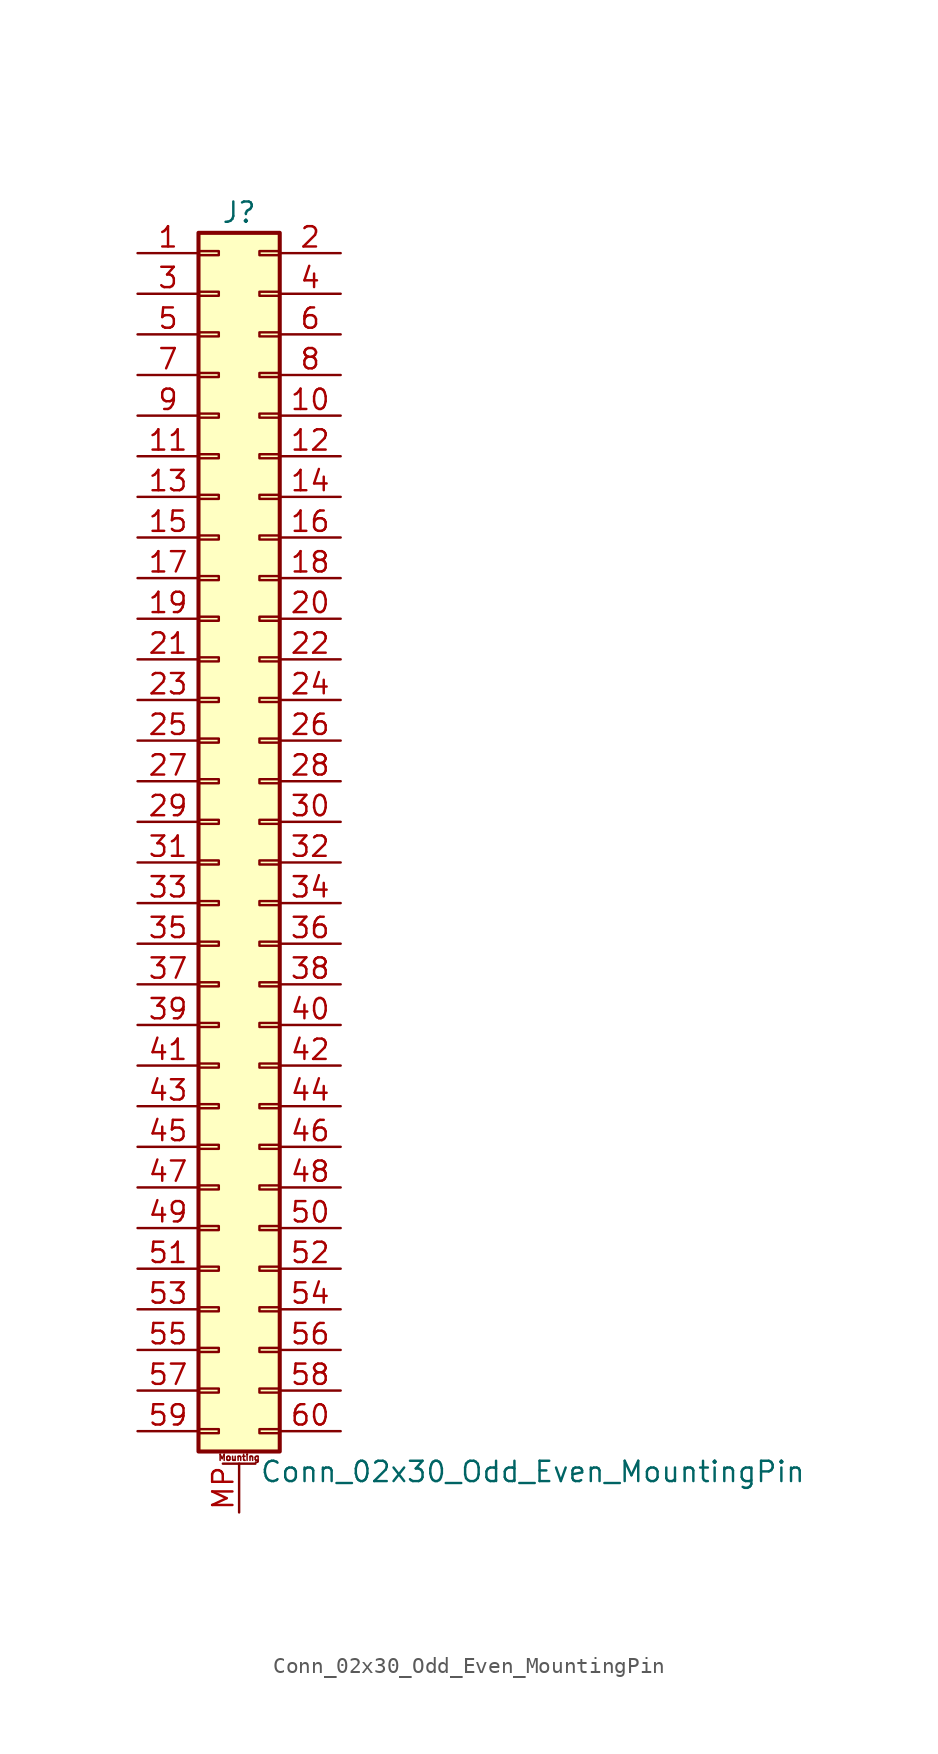
<source format=kicad_sym>
(kicad_symbol_lib
  (version 20201005)
  (generator kicad_symbol_editor)
  (symbol "Conn_02x30_Odd_Even_MountingPin"
    (pin_names
      (offset 1.016) hide)
    (property "Reference" "J"
      (at 1.27 38.1 0)
      (effects (font (size 1.27 1.27))))
    (property "Value" "Conn_02x30_Odd_Even_MountingPin"
      (at 2.54 -40.64 0)
      (effects (font (size 1.27 1.27)) (justify left)))
    (symbol "Conn_02x30_Odd_Even_MountingPin_1_1"
      (text "Mounting" (at 1.27 -39.751 0) (effects (font (size 0.381 0.381))))
      (rectangle (start -1.27 -37.973) (end 0 -38.227) (stroke (width 0.152)) (fill (type none)))
      (rectangle (start -1.27 -35.433) (end 0 -35.687) (stroke (width 0.152)) (fill (type none)))
      (rectangle (start -1.27 -32.893) (end 0 -33.147) (stroke (width 0.152)) (fill (type none)))
      (rectangle (start -1.27 -30.353) (end 0 -30.607) (stroke (width 0.152)) (fill (type none)))
      (rectangle (start -1.27 -27.813) (end 0 -28.067) (stroke (width 0.152)) (fill (type none)))
      (rectangle (start -1.27 -25.273) (end 0 -25.527) (stroke (width 0.152)) (fill (type none)))
      (rectangle (start -1.27 -22.733) (end 0 -22.987) (stroke (width 0.152)) (fill (type none)))
      (rectangle (start -1.27 -20.193) (end 0 -20.447) (stroke (width 0.152)) (fill (type none)))
      (rectangle (start -1.27 -17.653) (end 0 -17.907) (stroke (width 0.152)) (fill (type none)))
      (rectangle (start -1.27 -15.113) (end 0 -15.367) (stroke (width 0.152)) (fill (type none)))
      (rectangle (start -1.27 -12.573) (end 0 -12.827) (stroke (width 0.152)) (fill (type none)))
      (rectangle (start -1.27 -10.033) (end 0 -10.287) (stroke (width 0.152)) (fill (type none)))
      (rectangle (start -1.27 -7.493) (end 0 -7.747) (stroke (width 0.152)) (fill (type none)))
      (rectangle (start -1.27 -4.953) (end 0 -5.207) (stroke (width 0.152)) (fill (type none)))
      (rectangle (start -1.27 -2.413) (end 0 -2.667) (stroke (width 0.152)) (fill (type none)))
      (rectangle (start -1.27 0.127) (end 0 -0.127) (stroke (width 0.152)) (fill (type none)))
      (rectangle (start -1.27 2.667) (end 0 2.413) (stroke (width 0.152)) (fill (type none)))
      (rectangle (start -1.27 5.207) (end 0 4.953) (stroke (width 0.152)) (fill (type none)))
      (rectangle (start -1.27 7.747) (end 0 7.493) (stroke (width 0.152)) (fill (type none)))
      (rectangle (start -1.27 10.287) (end 0 10.033) (stroke (width 0.152)) (fill (type none)))
      (rectangle (start -1.27 12.827) (end 0 12.573) (stroke (width 0.152)) (fill (type none)))
      (rectangle (start -1.27 15.367) (end 0 15.113) (stroke (width 0.152)) (fill (type none)))
      (rectangle (start -1.27 17.907) (end 0 17.653) (stroke (width 0.152)) (fill (type none)))
      (rectangle (start -1.27 20.447) (end 0 20.193) (stroke (width 0.152)) (fill (type none)))
      (rectangle (start -1.27 22.987) (end 0 22.733) (stroke (width 0.152)) (fill (type none)))
      (rectangle (start -1.27 25.527) (end 0 25.273) (stroke (width 0.152)) (fill (type none)))
      (rectangle (start -1.27 28.067) (end 0 27.813) (stroke (width 0.152)) (fill (type none)))
      (rectangle (start -1.27 30.607) (end 0 30.353) (stroke (width 0.152)) (fill (type none)))
      (rectangle (start -1.27 33.147) (end 0 32.893) (stroke (width 0.152)) (fill (type none)))
      (rectangle (start -1.27 35.687) (end 0 35.433) (stroke (width 0.152)) (fill (type none)))
      (rectangle (start 3.81 -37.973) (end 2.54 -38.227) (stroke (width 0.152)) (fill (type none)))
      (rectangle (start 3.81 -35.433) (end 2.54 -35.687) (stroke (width 0.152)) (fill (type none)))
      (rectangle (start 3.81 -32.893) (end 2.54 -33.147) (stroke (width 0.152)) (fill (type none)))
      (rectangle (start 3.81 -30.353) (end 2.54 -30.607) (stroke (width 0.152)) (fill (type none)))
      (rectangle (start 3.81 -27.813) (end 2.54 -28.067) (stroke (width 0.152)) (fill (type none)))
      (rectangle (start 3.81 -25.273) (end 2.54 -25.527) (stroke (width 0.152)) (fill (type none)))
      (rectangle (start 3.81 -22.733) (end 2.54 -22.987) (stroke (width 0.152)) (fill (type none)))
      (rectangle (start 3.81 -20.193) (end 2.54 -20.447) (stroke (width 0.152)) (fill (type none)))
      (rectangle (start 3.81 -17.653) (end 2.54 -17.907) (stroke (width 0.152)) (fill (type none)))
      (rectangle (start 3.81 -15.113) (end 2.54 -15.367) (stroke (width 0.152)) (fill (type none)))
      (rectangle (start 3.81 -12.573) (end 2.54 -12.827) (stroke (width 0.152)) (fill (type none)))
      (rectangle (start 3.81 -10.033) (end 2.54 -10.287) (stroke (width 0.152)) (fill (type none)))
      (rectangle (start 3.81 -7.493) (end 2.54 -7.747) (stroke (width 0.152)) (fill (type none)))
      (rectangle (start 3.81 -4.953) (end 2.54 -5.207) (stroke (width 0.152)) (fill (type none)))
      (rectangle (start 3.81 -2.413) (end 2.54 -2.667) (stroke (width 0.152)) (fill (type none)))
      (rectangle (start 3.81 0.127) (end 2.54 -0.127) (stroke (width 0.152)) (fill (type none)))
      (rectangle (start 3.81 2.667) (end 2.54 2.413) (stroke (width 0.152)) (fill (type none)))
      (rectangle (start 3.81 5.207) (end 2.54 4.953) (stroke (width 0.152)) (fill (type none)))
      (rectangle (start 3.81 7.747) (end 2.54 7.493) (stroke (width 0.152)) (fill (type none)))
      (rectangle (start 3.81 10.287) (end 2.54 10.033) (stroke (width 0.152)) (fill (type none)))
      (rectangle (start 3.81 12.827) (end 2.54 12.573) (stroke (width 0.152)) (fill (type none)))
      (rectangle (start 3.81 15.367) (end 2.54 15.113) (stroke (width 0.152)) (fill (type none)))
      (rectangle (start 3.81 17.907) (end 2.54 17.653) (stroke (width 0.152)) (fill (type none)))
      (rectangle (start 3.81 20.447) (end 2.54 20.193) (stroke (width 0.152)) (fill (type none)))
      (rectangle (start 3.81 22.987) (end 2.54 22.733) (stroke (width 0.152)) (fill (type none)))
      (rectangle (start 3.81 25.527) (end 2.54 25.273) (stroke (width 0.152)) (fill (type none)))
      (rectangle (start 3.81 28.067) (end 2.54 27.813) (stroke (width 0.152)) (fill (type none)))
      (rectangle (start 3.81 30.607) (end 2.54 30.353) (stroke (width 0.152)) (fill (type none)))
      (rectangle (start 3.81 33.147) (end 2.54 32.893) (stroke (width 0.152)) (fill (type none)))
      (rectangle (start 3.81 35.687) (end 2.54 35.433) (stroke (width 0.152)) (fill (type none)))
      (rectangle (start -1.27 36.83) (end 3.81 -39.37) (stroke (width 0.254)) (fill (type background)))
      (polyline (pts (xy 0.254 -40.132) (xy 2.286 -40.132)) (stroke (width 0.152)) (fill (type none)))
      (pin passive line (at -5.08 35.56 0) (length 3.81) (name "Pin_1" (effects (font (size 1.27 1.27)))) (number "1" (effects (font (size 1.27 1.27)))))
      (pin passive line (at 7.62 25.4 180) (length 3.81) (name "Pin_10" (effects (font (size 1.27 1.27)))) (number "10" (effects (font (size 1.27 1.27)))))
      (pin passive line (at -5.08 22.86 0) (length 3.81) (name "Pin_11" (effects (font (size 1.27 1.27)))) (number "11" (effects (font (size 1.27 1.27)))))
      (pin passive line (at 7.62 22.86 180) (length 3.81) (name "Pin_12" (effects (font (size 1.27 1.27)))) (number "12" (effects (font (size 1.27 1.27)))))
      (pin passive line (at -5.08 20.32 0) (length 3.81) (name "Pin_13" (effects (font (size 1.27 1.27)))) (number "13" (effects (font (size 1.27 1.27)))))
      (pin passive line (at 7.62 20.32 180) (length 3.81) (name "Pin_14" (effects (font (size 1.27 1.27)))) (number "14" (effects (font (size 1.27 1.27)))))
      (pin passive line (at -5.08 17.78 0) (length 3.81) (name "Pin_15" (effects (font (size 1.27 1.27)))) (number "15" (effects (font (size 1.27 1.27)))))
      (pin passive line (at 7.62 17.78 180) (length 3.81) (name "Pin_16" (effects (font (size 1.27 1.27)))) (number "16" (effects (font (size 1.27 1.27)))))
      (pin passive line (at -5.08 15.24 0) (length 3.81) (name "Pin_17" (effects (font (size 1.27 1.27)))) (number "17" (effects (font (size 1.27 1.27)))))
      (pin passive line (at 7.62 15.24 180) (length 3.81) (name "Pin_18" (effects (font (size 1.27 1.27)))) (number "18" (effects (font (size 1.27 1.27)))))
      (pin passive line (at -5.08 12.7 0) (length 3.81) (name "Pin_19" (effects (font (size 1.27 1.27)))) (number "19" (effects (font (size 1.27 1.27)))))
      (pin passive line (at 7.62 35.56 180) (length 3.81) (name "Pin_2" (effects (font (size 1.27 1.27)))) (number "2" (effects (font (size 1.27 1.27)))))
      (pin passive line (at 7.62 12.7 180) (length 3.81) (name "Pin_20" (effects (font (size 1.27 1.27)))) (number "20" (effects (font (size 1.27 1.27)))))
      (pin passive line (at -5.08 10.16 0) (length 3.81) (name "Pin_21" (effects (font (size 1.27 1.27)))) (number "21" (effects (font (size 1.27 1.27)))))
      (pin passive line (at 7.62 10.16 180) (length 3.81) (name "Pin_22" (effects (font (size 1.27 1.27)))) (number "22" (effects (font (size 1.27 1.27)))))
      (pin passive line (at -5.08 7.62 0) (length 3.81) (name "Pin_23" (effects (font (size 1.27 1.27)))) (number "23" (effects (font (size 1.27 1.27)))))
      (pin passive line (at 7.62 7.62 180) (length 3.81) (name "Pin_24" (effects (font (size 1.27 1.27)))) (number "24" (effects (font (size 1.27 1.27)))))
      (pin passive line (at -5.08 5.08 0) (length 3.81) (name "Pin_25" (effects (font (size 1.27 1.27)))) (number "25" (effects (font (size 1.27 1.27)))))
      (pin passive line (at 7.62 5.08 180) (length 3.81) (name "Pin_26" (effects (font (size 1.27 1.27)))) (number "26" (effects (font (size 1.27 1.27)))))
      (pin passive line (at -5.08 2.54 0) (length 3.81) (name "Pin_27" (effects (font (size 1.27 1.27)))) (number "27" (effects (font (size 1.27 1.27)))))
      (pin passive line (at 7.62 2.54 180) (length 3.81) (name "Pin_28" (effects (font (size 1.27 1.27)))) (number "28" (effects (font (size 1.27 1.27)))))
      (pin passive line (at -5.08 0 0) (length 3.81) (name "Pin_29" (effects (font (size 1.27 1.27)))) (number "29" (effects (font (size 1.27 1.27)))))
      (pin passive line (at -5.08 33.02 0) (length 3.81) (name "Pin_3" (effects (font (size 1.27 1.27)))) (number "3" (effects (font (size 1.27 1.27)))))
      (pin passive line (at 7.62 0 180) (length 3.81) (name "Pin_30" (effects (font (size 1.27 1.27)))) (number "30" (effects (font (size 1.27 1.27)))))
      (pin passive line (at -5.08 -2.54 0) (length 3.81) (name "Pin_31" (effects (font (size 1.27 1.27)))) (number "31" (effects (font (size 1.27 1.27)))))
      (pin passive line (at 7.62 -2.54 180) (length 3.81) (name "Pin_32" (effects (font (size 1.27 1.27)))) (number "32" (effects (font (size 1.27 1.27)))))
      (pin passive line (at -5.08 -5.08 0) (length 3.81) (name "Pin_33" (effects (font (size 1.27 1.27)))) (number "33" (effects (font (size 1.27 1.27)))))
      (pin passive line (at 7.62 -5.08 180) (length 3.81) (name "Pin_34" (effects (font (size 1.27 1.27)))) (number "34" (effects (font (size 1.27 1.27)))))
      (pin passive line (at -5.08 -7.62 0) (length 3.81) (name "Pin_35" (effects (font (size 1.27 1.27)))) (number "35" (effects (font (size 1.27 1.27)))))
      (pin passive line (at 7.62 -7.62 180) (length 3.81) (name "Pin_36" (effects (font (size 1.27 1.27)))) (number "36" (effects (font (size 1.27 1.27)))))
      (pin passive line (at -5.08 -10.16 0) (length 3.81) (name "Pin_37" (effects (font (size 1.27 1.27)))) (number "37" (effects (font (size 1.27 1.27)))))
      (pin passive line (at 7.62 -10.16 180) (length 3.81) (name "Pin_38" (effects (font (size 1.27 1.27)))) (number "38" (effects (font (size 1.27 1.27)))))
      (pin passive line (at -5.08 -12.7 0) (length 3.81) (name "Pin_39" (effects (font (size 1.27 1.27)))) (number "39" (effects (font (size 1.27 1.27)))))
      (pin passive line (at 7.62 33.02 180) (length 3.81) (name "Pin_4" (effects (font (size 1.27 1.27)))) (number "4" (effects (font (size 1.27 1.27)))))
      (pin passive line (at 7.62 -12.7 180) (length 3.81) (name "Pin_40" (effects (font (size 1.27 1.27)))) (number "40" (effects (font (size 1.27 1.27)))))
      (pin passive line (at -5.08 -15.24 0) (length 3.81) (name "Pin_41" (effects (font (size 1.27 1.27)))) (number "41" (effects (font (size 1.27 1.27)))))
      (pin passive line (at 7.62 -15.24 180) (length 3.81) (name "Pin_42" (effects (font (size 1.27 1.27)))) (number "42" (effects (font (size 1.27 1.27)))))
      (pin passive line (at -5.08 -17.78 0) (length 3.81) (name "Pin_43" (effects (font (size 1.27 1.27)))) (number "43" (effects (font (size 1.27 1.27)))))
      (pin passive line (at 7.62 -17.78 180) (length 3.81) (name "Pin_44" (effects (font (size 1.27 1.27)))) (number "44" (effects (font (size 1.27 1.27)))))
      (pin passive line (at -5.08 -20.32 0) (length 3.81) (name "Pin_45" (effects (font (size 1.27 1.27)))) (number "45" (effects (font (size 1.27 1.27)))))
      (pin passive line (at 7.62 -20.32 180) (length 3.81) (name "Pin_46" (effects (font (size 1.27 1.27)))) (number "46" (effects (font (size 1.27 1.27)))))
      (pin passive line (at -5.08 -22.86 0) (length 3.81) (name "Pin_47" (effects (font (size 1.27 1.27)))) (number "47" (effects (font (size 1.27 1.27)))))
      (pin passive line (at 7.62 -22.86 180) (length 3.81) (name "Pin_48" (effects (font (size 1.27 1.27)))) (number "48" (effects (font (size 1.27 1.27)))))
      (pin passive line (at -5.08 -25.4 0) (length 3.81) (name "Pin_49" (effects (font (size 1.27 1.27)))) (number "49" (effects (font (size 1.27 1.27)))))
      (pin passive line (at -5.08 30.48 0) (length 3.81) (name "Pin_5" (effects (font (size 1.27 1.27)))) (number "5" (effects (font (size 1.27 1.27)))))
      (pin passive line (at 7.62 -25.4 180) (length 3.81) (name "Pin_50" (effects (font (size 1.27 1.27)))) (number "50" (effects (font (size 1.27 1.27)))))
      (pin passive line (at -5.08 -27.94 0) (length 3.81) (name "Pin_51" (effects (font (size 1.27 1.27)))) (number "51" (effects (font (size 1.27 1.27)))))
      (pin passive line (at 7.62 -27.94 180) (length 3.81) (name "Pin_52" (effects (font (size 1.27 1.27)))) (number "52" (effects (font (size 1.27 1.27)))))
      (pin passive line (at -5.08 -30.48 0) (length 3.81) (name "Pin_53" (effects (font (size 1.27 1.27)))) (number "53" (effects (font (size 1.27 1.27)))))
      (pin passive line (at 7.62 -30.48 180) (length 3.81) (name "Pin_54" (effects (font (size 1.27 1.27)))) (number "54" (effects (font (size 1.27 1.27)))))
      (pin passive line (at -5.08 -33.02 0) (length 3.81) (name "Pin_55" (effects (font (size 1.27 1.27)))) (number "55" (effects (font (size 1.27 1.27)))))
      (pin passive line (at 7.62 -33.02 180) (length 3.81) (name "Pin_56" (effects (font (size 1.27 1.27)))) (number "56" (effects (font (size 1.27 1.27)))))
      (pin passive line (at -5.08 -35.56 0) (length 3.81) (name "Pin_57" (effects (font (size 1.27 1.27)))) (number "57" (effects (font (size 1.27 1.27)))))
      (pin passive line (at 7.62 -35.56 180) (length 3.81) (name "Pin_58" (effects (font (size 1.27 1.27)))) (number "58" (effects (font (size 1.27 1.27)))))
      (pin passive line (at -5.08 -38.1 0) (length 3.81) (name "Pin_59" (effects (font (size 1.27 1.27)))) (number "59" (effects (font (size 1.27 1.27)))))
      (pin passive line (at 7.62 30.48 180) (length 3.81) (name "Pin_6" (effects (font (size 1.27 1.27)))) (number "6" (effects (font (size 1.27 1.27)))))
      (pin passive line (at 7.62 -38.1 180) (length 3.81) (name "Pin_60" (effects (font (size 1.27 1.27)))) (number "60" (effects (font (size 1.27 1.27)))))
      (pin passive line (at -5.08 27.94 0) (length 3.81) (name "Pin_7" (effects (font (size 1.27 1.27)))) (number "7" (effects (font (size 1.27 1.27)))))
      (pin passive line (at 7.62 27.94 180) (length 3.81) (name "Pin_8" (effects (font (size 1.27 1.27)))) (number "8" (effects (font (size 1.27 1.27)))))
      (pin passive line (at -5.08 25.4 0) (length 3.81) (name "Pin_9" (effects (font (size 1.27 1.27)))) (number "9" (effects (font (size 1.27 1.27)))))
      (pin passive line (at 1.27 -43.18 90) (length 3.048) (name "MountPin" (effects (font (size 1.27 1.27)))) (number "MP" (effects (font (size 1.27 1.27))))))))
</source>
